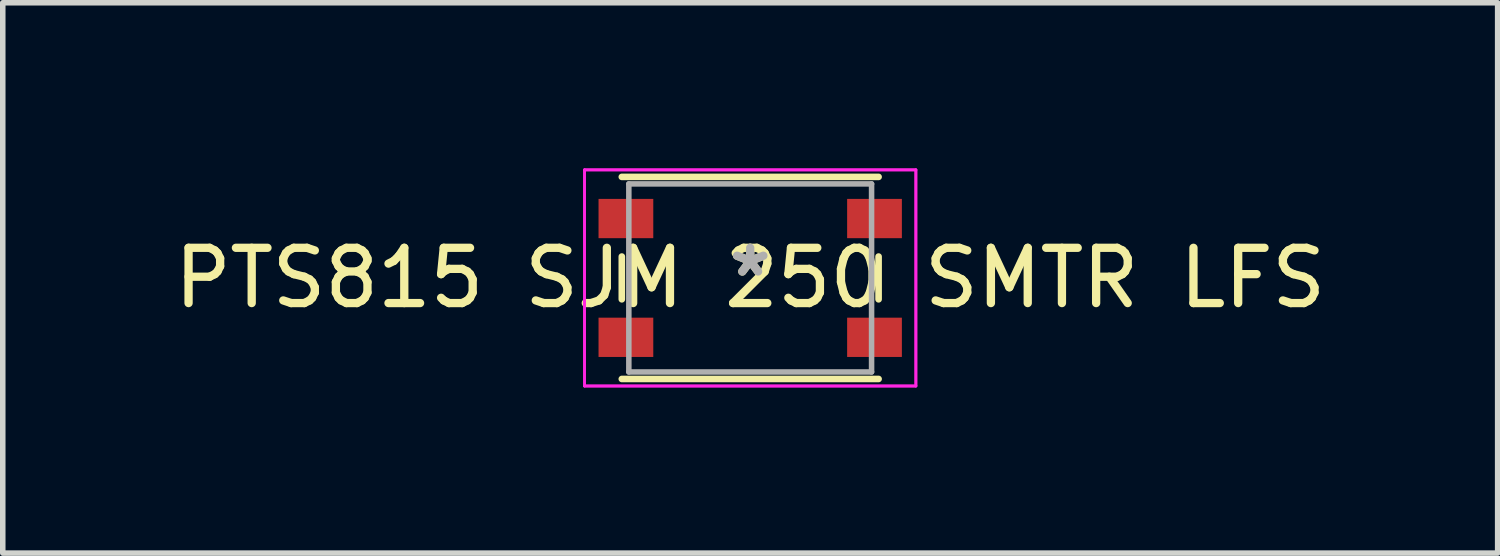
<source format=kicad_pcb>
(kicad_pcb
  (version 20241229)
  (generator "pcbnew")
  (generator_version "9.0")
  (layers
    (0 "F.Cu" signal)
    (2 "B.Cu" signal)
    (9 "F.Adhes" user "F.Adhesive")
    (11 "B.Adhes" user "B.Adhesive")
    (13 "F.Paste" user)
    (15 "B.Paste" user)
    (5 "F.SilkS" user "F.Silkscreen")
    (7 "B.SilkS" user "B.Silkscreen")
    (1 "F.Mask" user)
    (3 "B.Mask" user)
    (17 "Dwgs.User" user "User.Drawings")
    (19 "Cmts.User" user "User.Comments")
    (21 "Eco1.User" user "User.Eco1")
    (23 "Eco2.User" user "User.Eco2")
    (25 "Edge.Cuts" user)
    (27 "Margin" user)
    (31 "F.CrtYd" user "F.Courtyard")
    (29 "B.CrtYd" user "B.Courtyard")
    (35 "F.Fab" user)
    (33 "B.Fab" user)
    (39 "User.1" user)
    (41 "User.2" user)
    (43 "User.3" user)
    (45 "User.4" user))
  (footprint "PTS815 SJM 250 SMTR LFS"
    (layer "F.Cu")
    (at 10.53 1.981)
    (property "Reference" "PTS815 SJM 250 SMTR LFS" (at 0 0 0) (layer "F.SilkS") (effects (font (size 1 1) (thickness 0.15))))
    (attr smd)
    (fp_line (start -2.324 -0.387) (end -2.324 0.387) (stroke (width 0.12) (type solid)) (layer "F.SilkS"))
    (fp_line (start -2.324 1.829) (end 2.324 1.829) (stroke (width 0.12) (type solid)) (layer "F.SilkS"))
    (fp_line (start 2.324 -1.829) (end -2.324 -1.829) (stroke (width 0.12) (type solid)) (layer "F.SilkS"))
    (fp_line (start 2.324 0.387) (end 2.324 -0.387) (stroke (width 0.12) (type solid)) (layer "F.SilkS"))
    (fp_line (start -2.999 -1.956) (end -2.999 1.956) (stroke (width 0.05) (type solid)) (layer "F.CrtYd"))
    (fp_line (start -2.999 -1.956) (end -2.999 1.956) (stroke (width 0.05) (type solid)) (layer "F.CrtYd"))
    (fp_line (start -2.999 1.956) (end 2.999 1.956) (stroke (width 0.05) (type solid)) (layer "F.CrtYd"))
    (fp_line (start -2.999 1.956) (end 2.999 1.956) (stroke (width 0.05) (type solid)) (layer "F.CrtYd"))
    (fp_line (start 2.999 -1.956) (end -2.999 -1.956) (stroke (width 0.05) (type solid)) (layer "F.CrtYd"))
    (fp_line (start 2.999 -1.956) (end -2.999 -1.956) (stroke (width 0.05) (type solid)) (layer "F.CrtYd"))
    (fp_line (start 2.999 1.956) (end 2.999 -1.956) (stroke (width 0.05) (type solid)) (layer "F.CrtYd"))
    (fp_line (start 2.999 1.956) (end 2.999 -1.956) (stroke (width 0.05) (type solid)) (layer "F.CrtYd"))
    (fp_line (start -2.197 -1.702) (end -2.197 1.702) (stroke (width 0.1) (type solid)) (layer "F.Fab"))
    (fp_line (start -2.197 1.702) (end 2.197 1.702) (stroke (width 0.1) (type solid)) (layer "F.Fab"))
    (fp_line (start 2.197 -1.702) (end -2.197 -1.702) (stroke (width 0.1) (type solid)) (layer "F.Fab"))
    (fp_line (start 2.197 1.702) (end 2.197 -1.702) (stroke (width 0.1) (type solid)) (layer "F.Fab"))
    (fp_text user "*" (at 0 0 0) (layer "F.SilkS") (effects (font (size 1 1) (thickness 0.15))))
    (fp_text user "*" (at 0 0 0) (layer "F.Fab") (effects (font (size 1 1) (thickness 0.15))))
    (pad "1" smd rect (at -2.25 -1.075) (size 0.991 0.711) (layers "F.Cu" "F.Mask" "F.Paste"))
    (pad "2" smd rect (at 2.25 -1.075) (size 0.991 0.711) (layers "F.Cu" "F.Mask" "F.Paste"))
    (pad "3" smd rect (at -2.25 1.075) (size 0.991 0.711) (layers "F.Cu" "F.Mask" "F.Paste"))
    (pad "4" smd rect (at 2.25 1.075) (size 0.991 0.711) (layers "F.Cu" "F.Mask" "F.Paste")))
  (gr_rect
    (start -3 -3)
    (end 24.06 6.962)
    (stroke (width 0.1) (type default))
    (fill no)
    (layer "Edge.Cuts")))
</source>
